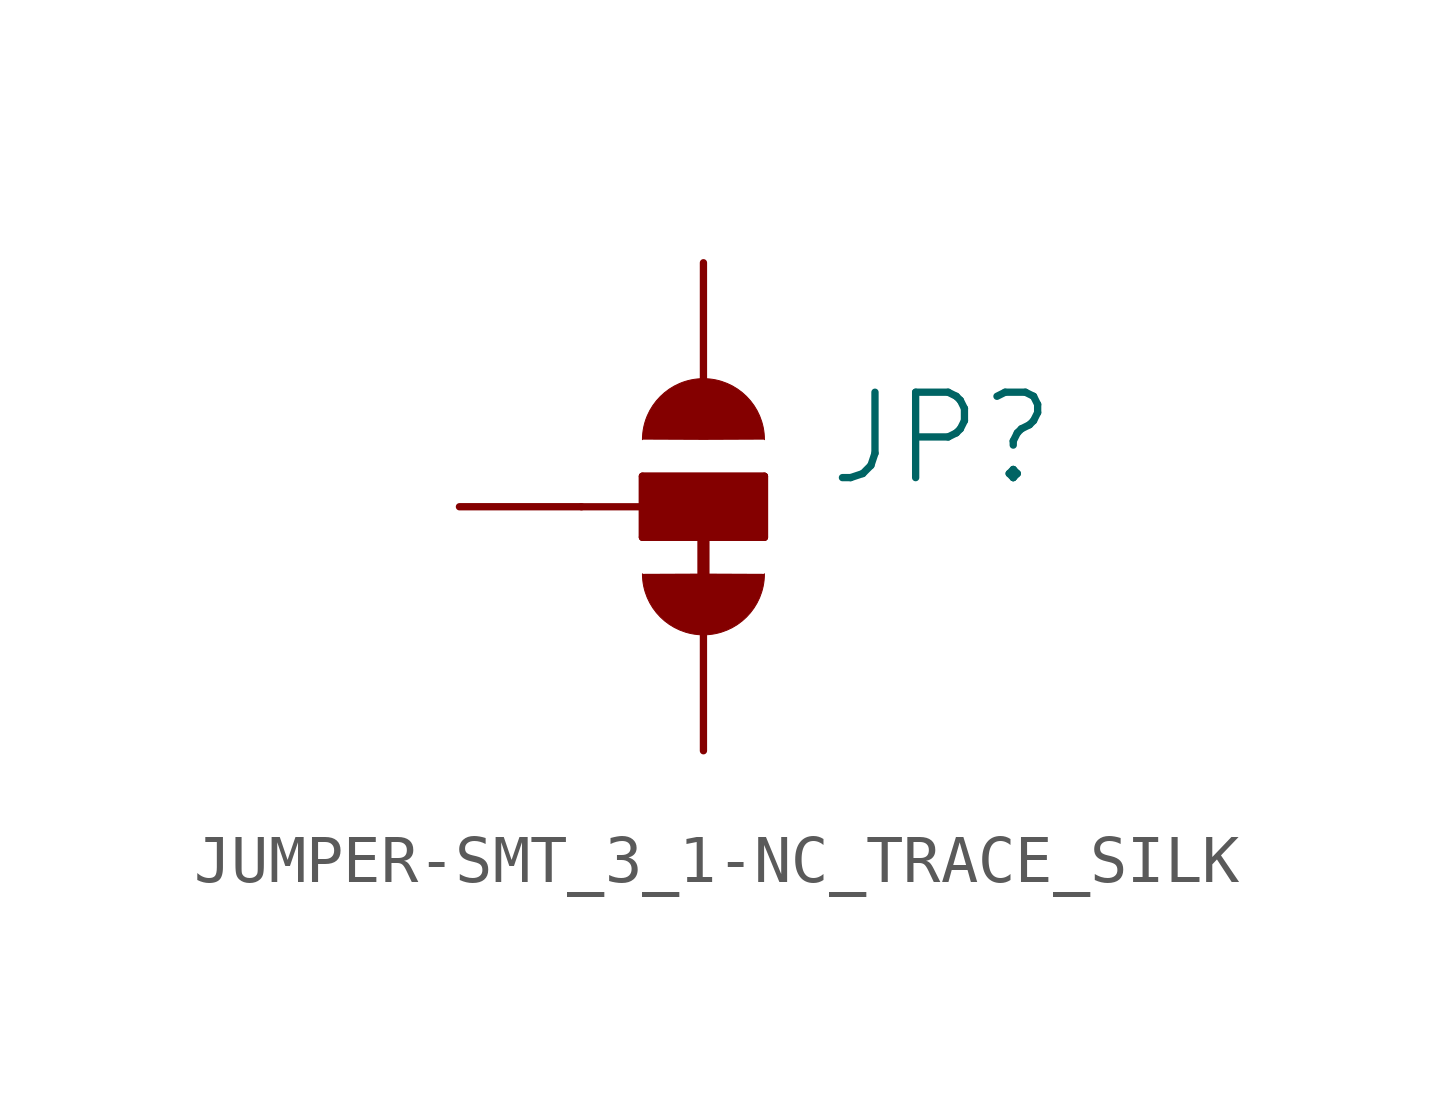
<source format=kicad_sym>
(kicad_symbol_lib
  (version 20220914)
  (generator kicad_symbol_editor)
  (symbol "JUMPER-SMT_3_1-NC_TRACE_SILK"
    (property "Reference" "JP"
      (at 2.54 0.381 0)
      (effects (font (size 1.778 1.778)) (justify left bottom)))
    (property "Value" ""
      (at 2.54 -0.381 0)
      (effects (font (size 1.778 1.778)) (justify left top)))
    (property "ki_locked" ""
      (at 0 0 0)
      (effects (font (size 1.27 1.27))))
    (symbol "JUMPER-SMT_3_1-NC_TRACE_SILK_1_0"
      (arc (start -1.27 -1.397) (mid 0 -2.667) (end 1.27 -1.397) (stroke (width 0.0001) (type solid)) (fill (type outline)))
      (rectangle (start -1.27 -0.635) (end 1.27 0.635) (stroke (width 0) (type default)) (fill (type outline)))
      (polyline (pts (xy -2.54 0) (xy -1.27 0)) (stroke (width 0.152) (type solid)) (fill (type none)))
      (polyline (pts (xy -1.27 -0.635) (xy -1.27 0)) (stroke (width 0.152) (type solid)) (fill (type none)))
      (polyline (pts (xy -1.27 0) (xy -1.27 0.635)) (stroke (width 0.152) (type solid)) (fill (type none)))
      (polyline (pts (xy -1.27 0.635) (xy 1.27 0.635)) (stroke (width 0.152) (type solid)) (fill (type none)))
      (polyline (pts (xy 0 0) (xy 0 -2.54)) (stroke (width 0.254) (type solid)) (fill (type none)))
      (polyline (pts (xy 1.27 -0.635) (xy -1.27 -0.635)) (stroke (width 0.152) (type solid)) (fill (type none)))
      (polyline (pts (xy 1.27 0.635) (xy 1.27 -0.635)) (stroke (width 0.152) (type solid)) (fill (type none)))
      (arc (start 1.27 1.397) (mid 0 2.667) (end -1.27 1.397) (stroke (width 0.0001) (type solid)) (fill (type outline)))
      (pin passive line (at 0 5.08 270) (length 2.54) (name "1" (effects (font (size 0 0)))) (number "1" (effects (font (size 0 0)))))
      (pin passive line (at -5.08 0 0) (length 2.54) (name "2" (effects (font (size 0 0)))) (number "2" (effects (font (size 0 0)))))
      (pin passive line (at 0 -5.08 90) (length 2.54) (name "3" (effects (font (size 0 0)))) (number "3" (effects (font (size 0 0))))))))
</source>
